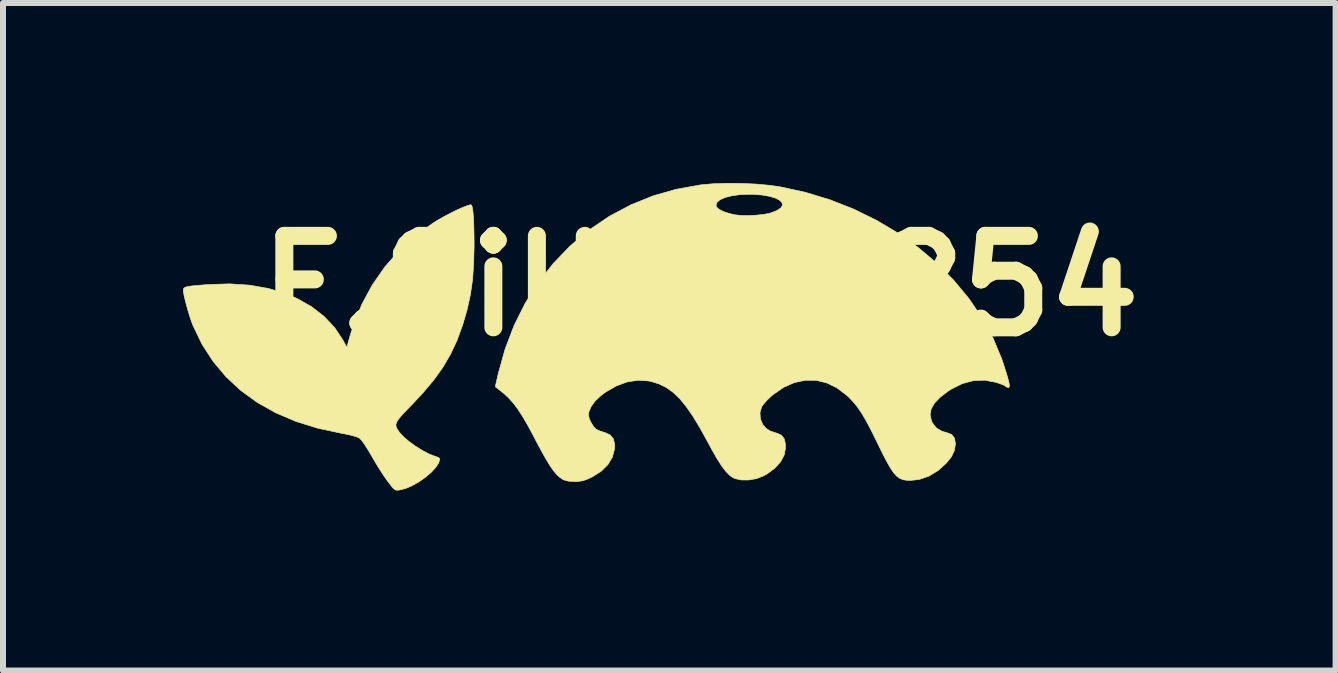
<source format=kicad_pcb>
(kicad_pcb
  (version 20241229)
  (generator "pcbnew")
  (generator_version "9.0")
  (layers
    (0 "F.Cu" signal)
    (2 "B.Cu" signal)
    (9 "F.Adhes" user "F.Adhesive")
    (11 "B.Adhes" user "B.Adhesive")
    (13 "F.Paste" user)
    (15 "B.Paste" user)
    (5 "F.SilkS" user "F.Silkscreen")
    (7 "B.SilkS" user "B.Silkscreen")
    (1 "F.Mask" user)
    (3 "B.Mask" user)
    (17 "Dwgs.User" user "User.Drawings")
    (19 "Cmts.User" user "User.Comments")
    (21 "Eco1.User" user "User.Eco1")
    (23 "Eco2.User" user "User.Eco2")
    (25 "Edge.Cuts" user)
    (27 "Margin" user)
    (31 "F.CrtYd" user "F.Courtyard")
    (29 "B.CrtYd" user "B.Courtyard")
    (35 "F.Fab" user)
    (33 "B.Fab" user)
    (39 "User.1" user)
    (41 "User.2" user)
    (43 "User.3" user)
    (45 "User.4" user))
  (footprint "F.SilkS_g854"
    (layer "F.Cu")
    (at 8.62 1.716)
    (property "Reference" "F.SilkS_g854" (at 0 0 0) (layer "F.SilkS") (effects (font (size 1.524 1.524) (thickness 0.3))))
    (attr through_hole)
    (fp_poly (pts (xy -3.804 -1.334) (xy -3.791 -1.271) (xy -3.78 -1.167) (xy -3.773 -1.022) (xy -3.769 -0.837) (xy -3.768 -0.658) (xy -3.775 -0.366) (xy -3.794 -0.103) (xy -3.829 0.142) (xy -3.881 0.382) (xy -3.951 0.626) (xy -3.961 0.656) (xy -4.051 0.904) (xy -4.158 1.133) (xy -4.285 1.351) (xy -4.438 1.565) (xy -4.621 1.783) (xy -4.78 1.953) (xy -4.887 2.064) (xy -4.968 2.149) (xy -5.023 2.215) (xy -5.057 2.266) (xy -5.071 2.308) (xy -5.068 2.345) (xy -5.05 2.384) (xy -5.02 2.429) (xy -5.013 2.44) (xy -4.95 2.509) (xy -4.86 2.587) (xy -4.752 2.666) (xy -4.638 2.738) (xy -4.529 2.796) (xy -4.437 2.833) (xy -4.429 2.835) (xy -4.375 2.854) (xy -4.343 2.874) (xy -4.339 2.882) (xy -4.358 2.95) (xy -4.409 3.027) (xy -4.486 3.11) (xy -4.582 3.191) (xy -4.69 3.267) (xy -4.802 3.33) (xy -4.913 3.377) (xy -5.012 3.401) (xy -5.049 3.405) (xy -5.079 3.4) (xy -5.108 3.38) (xy -5.144 3.34) (xy -5.195 3.273) (xy -5.213 3.249) (xy -5.272 3.165) (xy -5.342 3.058) (xy -5.414 2.941) (xy -5.477 2.832) (xy -5.534 2.735) (xy -5.589 2.649) (xy -5.636 2.582) (xy -5.671 2.542) (xy -5.676 2.538) (xy -5.727 2.515) (xy -5.813 2.49) (xy -5.928 2.465) (xy -5.983 2.455) (xy -6.375 2.371) (xy -6.74 2.257) (xy -7.076 2.114) (xy -7.382 1.942) (xy -7.659 1.741) (xy -7.905 1.512) (xy -8.119 1.256) (xy -8.302 0.974) (xy -8.451 0.664) (xy -8.455 0.656) (xy -8.486 0.573) (xy -8.519 0.471) (xy -8.551 0.362) (xy -8.579 0.256) (xy -8.601 0.163) (xy -8.613 0.095) (xy -8.615 0.074) (xy -8.613 0.051) (xy -8.602 0.034) (xy -8.578 0.02) (xy -8.534 0.009) (xy -8.465 -0.001) (xy -8.367 -0.01) (xy -8.232 -0.021) (xy -8.207 -0.023) (xy -7.846 -0.035) (xy -7.507 -0.013) (xy -7.191 0.043) (xy -6.899 0.132) (xy -6.72 0.208) (xy -6.476 0.347) (xy -6.267 0.509) (xy -6.092 0.695) (xy -5.953 0.905) (xy -5.95 0.911) (xy -5.888 1.023) (xy -5.864 0.93) (xy -5.846 0.867) (xy -5.819 0.779) (xy -5.788 0.682) (xy -5.776 0.646) (xy -5.638 0.304) (xy -5.464 -0.018) (xy -5.256 -0.317) (xy -5.017 -0.59) (xy -4.749 -0.834) (xy -4.453 -1.048) (xy -4.369 -1.1) (xy -4.265 -1.159) (xy -4.156 -1.216) (xy -4.049 -1.269) (xy -3.953 -1.311) (xy -3.876 -1.341) (xy -3.826 -1.354) (xy -3.821 -1.355) (xy -3.804 -1.334)) (stroke (width 0.01) (type solid)) (fill yes) (layer "F.SilkS"))
    (fp_poly (pts (xy 0.689 -1.709) (xy 0.933 -1.698) (xy 1.162 -1.677) (xy 1.323 -1.654) (xy 1.749 -1.562) (xy 2.162 -1.437) (xy 2.559 -1.281) (xy 2.938 -1.095) (xy 3.297 -0.882) (xy 3.632 -0.643) (xy 3.943 -0.38) (xy 4.225 -0.096) (xy 4.478 0.208) (xy 4.697 0.53) (xy 4.881 0.868) (xy 5.028 1.22) (xy 5.056 1.305) (xy 5.1 1.442) (xy 5.13 1.544) (xy 5.148 1.616) (xy 5.154 1.661) (xy 5.15 1.686) (xy 5.135 1.693) (xy 5.134 1.693) (xy 5.098 1.68) (xy 5.091 1.672) (xy 5.065 1.656) (xy 5.011 1.634) (xy 4.937 1.609) (xy 4.928 1.606) (xy 4.743 1.571) (xy 4.557 1.578) (xy 4.372 1.627) (xy 4.188 1.718) (xy 4.131 1.755) (xy 3.997 1.858) (xy 3.904 1.955) (xy 3.85 2.05) (xy 3.833 2.145) (xy 3.854 2.243) (xy 3.871 2.282) (xy 3.937 2.367) (xy 4.032 2.423) (xy 4.112 2.445) (xy 4.191 2.476) (xy 4.238 2.535) (xy 4.254 2.622) (xy 4.255 2.63) (xy 4.238 2.74) (xy 4.188 2.847) (xy 4.106 2.95) (xy 3.967 3.076) (xy 3.814 3.169) (xy 3.653 3.225) (xy 3.511 3.241) (xy 3.44 3.239) (xy 3.379 3.229) (xy 3.325 3.206) (xy 3.274 3.169) (xy 3.223 3.112) (xy 3.169 3.031) (xy 3.108 2.924) (xy 3.037 2.786) (xy 2.952 2.613) (xy 2.942 2.592) (xy 2.85 2.405) (xy 2.769 2.252) (xy 2.695 2.126) (xy 2.624 2.021) (xy 2.551 1.932) (xy 2.474 1.851) (xy 2.443 1.823) (xy 2.28 1.699) (xy 2.109 1.616) (xy 1.932 1.573) (xy 1.751 1.572) (xy 1.57 1.611) (xy 1.391 1.69) (xy 1.217 1.81) (xy 1.175 1.846) (xy 1.112 1.907) (xy 1.059 1.966) (xy 1.027 2.011) (xy 1.026 2.012) (xy 0.997 2.11) (xy 1.003 2.214) (xy 1.042 2.308) (xy 1.043 2.309) (xy 1.097 2.372) (xy 1.166 2.417) (xy 1.262 2.45) (xy 1.283 2.455) (xy 1.355 2.488) (xy 1.401 2.547) (xy 1.421 2.636) (xy 1.423 2.698) (xy 1.401 2.817) (xy 1.34 2.932) (xy 1.243 3.039) (xy 1.114 3.134) (xy 1.054 3.167) (xy 0.937 3.212) (xy 0.81 3.234) (xy 0.687 3.234) (xy 0.581 3.211) (xy 0.54 3.192) (xy 0.484 3.15) (xy 0.424 3.086) (xy 0.357 2.998) (xy 0.282 2.88) (xy 0.196 2.73) (xy 0.125 2.598) (xy -0.004 2.365) (xy -0.123 2.168) (xy -0.236 2.006) (xy -0.345 1.874) (xy -0.454 1.771) (xy -0.566 1.692) (xy -0.684 1.634) (xy -0.811 1.594) (xy -0.865 1.583) (xy -1.038 1.572) (xy -1.218 1.6) (xy -1.399 1.667) (xy -1.577 1.77) (xy -1.658 1.831) (xy -1.75 1.918) (xy -1.818 2.011) (xy -1.856 2.102) (xy -1.862 2.147) (xy -1.85 2.207) (xy -1.818 2.278) (xy -1.776 2.345) (xy -1.733 2.389) (xy -1.731 2.39) (xy -1.68 2.414) (xy -1.611 2.437) (xy -1.587 2.444) (xy -1.501 2.483) (xy -1.446 2.55) (xy -1.424 2.645) (xy -1.426 2.713) (xy -1.462 2.851) (xy -1.537 2.977) (xy -1.648 3.087) (xy -1.794 3.18) (xy -1.803 3.184) (xy -1.891 3.225) (xy -1.961 3.248) (xy -2.033 3.258) (xy -2.093 3.26) (xy -2.196 3.254) (xy -2.27 3.234) (xy -2.297 3.22) (xy -2.347 3.184) (xy -2.397 3.137) (xy -2.448 3.075) (xy -2.504 2.994) (xy -2.568 2.889) (xy -2.643 2.756) (xy -2.732 2.59) (xy -2.763 2.529) (xy -2.862 2.344) (xy -2.95 2.191) (xy -3.03 2.066) (xy -3.106 1.963) (xy -3.184 1.875) (xy -3.267 1.796) (xy -3.332 1.744) (xy -3.415 1.679) (xy -3.367 1.469) (xy -3.252 1.054) (xy -3.102 0.661) (xy -2.918 0.291) (xy -2.7 -0.054) (xy -2.45 -0.373) (xy -2.169 -0.665) (xy -1.856 -0.929) (xy -1.844 -0.938) (xy -1.51 -1.164) (xy -1.162 -1.348) (xy 0.264 -1.348) (xy 0.273 -1.316) (xy 0.313 -1.278) (xy 0.387 -1.24) (xy 0.487 -1.207) (xy 0.583 -1.185) (xy 0.679 -1.175) (xy 0.8 -1.173) (xy 0.929 -1.179) (xy 1.05 -1.191) (xy 1.15 -1.209) (xy 1.17 -1.215) (xy 1.277 -1.255) (xy 1.343 -1.299) (xy 1.372 -1.343) (xy 1.365 -1.387) (xy 1.325 -1.428) (xy 1.254 -1.465) (xy 1.154 -1.494) (xy 1.027 -1.516) (xy 0.876 -1.526) (xy 0.812 -1.527) (xy 0.661 -1.521) (xy 0.529 -1.503) (xy 0.418 -1.475) (xy 0.335 -1.439) (xy 0.282 -1.396) (xy 0.264 -1.348) (xy -1.162 -1.348) (xy -1.157 -1.351) (xy -0.786 -1.501) (xy -0.398 -1.612) (xy 0.006 -1.684) (xy 0.008 -1.685) (xy 0.213 -1.703) (xy 0.444 -1.711) (xy 0.689 -1.709)) (stroke (width 0.01) (type solid)) (fill yes) (layer "F.SilkS")))
  (gr_rect
    (start -3 -3)
    (end 19.211 8.126)
    (stroke (width 0.1) (type default))
    (fill no)
    (layer "Edge.Cuts")))
</source>
